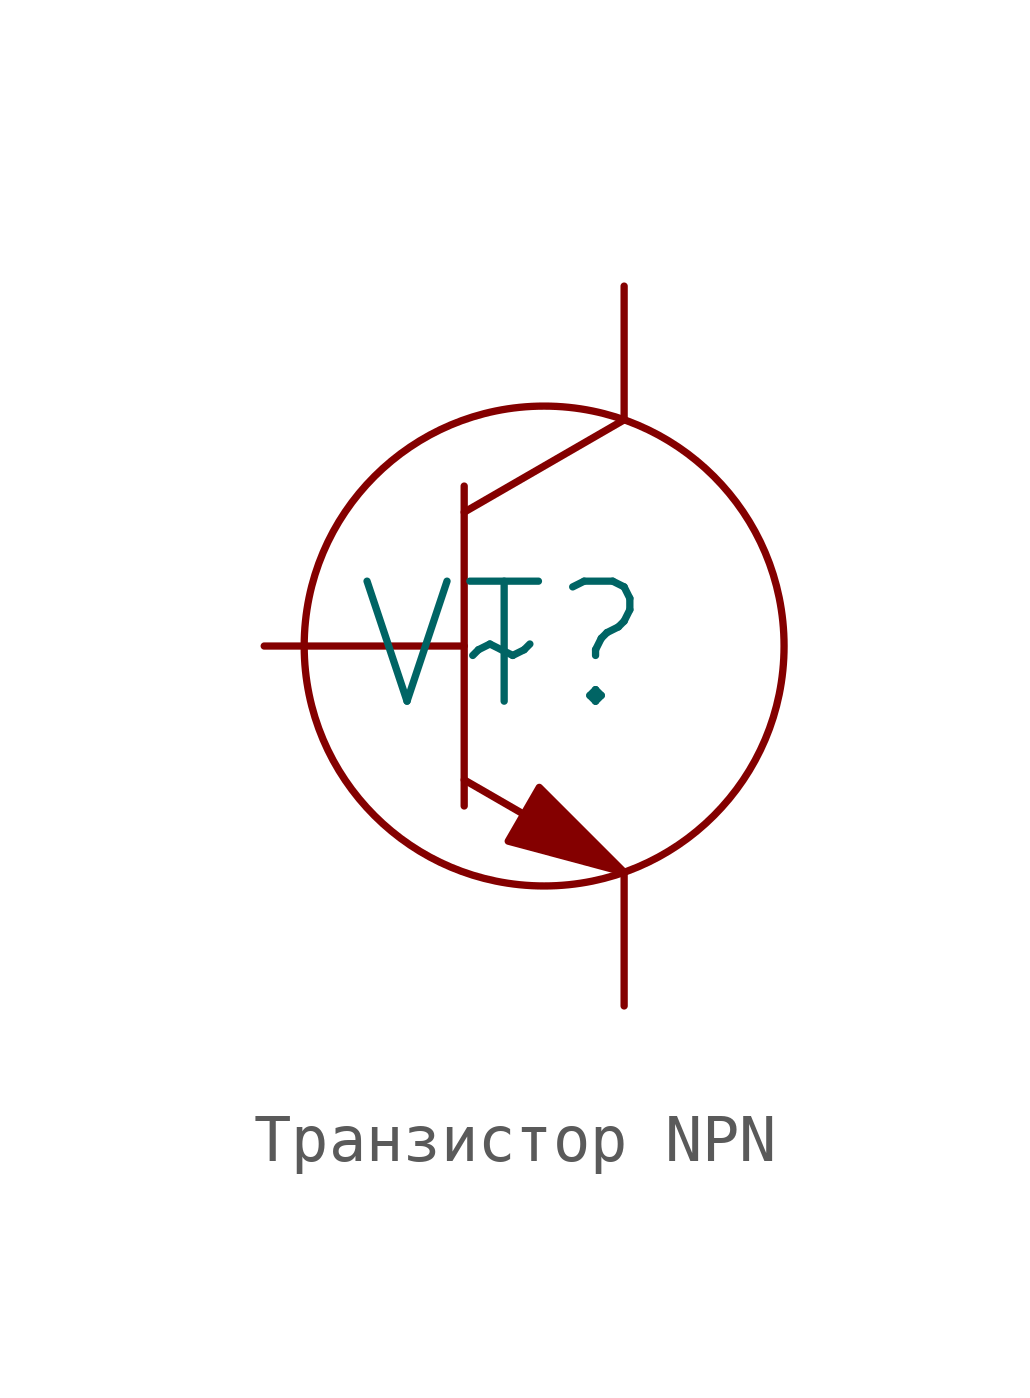
<source format=kicad_sym>
(kicad_symbol_lib
  (version 20220914)
  (generator kicad_symbol_editor)
  (symbol "Транзистор NPN"
    (pin_numbers hide)
    (pin_names
      (offset 0) hide)
    (property "Reference" "VT"
      (at 0 0 0)
      (effects (font (size 2.5 2.5))))
    (property "Value" "~"
      (at 0 0 0)
      (effects (font (size 2.5 2.5))))
    (symbol "Транзистор NPN_0_1"
      (polyline (pts (xy -0.833 -2.789) (xy 2.5 -4.714)) (stroke (width 0) (type default)) (fill (type none)))
      (polyline (pts (xy -0.833 2.789) (xy 2.5 4.714)) (stroke (width 0) (type default)) (fill (type none)))
      (polyline (pts (xy -0.833 3.333) (xy -0.833 -3.333)) (stroke (width 0) (type default)) (fill (type none)))
      (circle (center 0.833 0) (radius 5) (stroke (width 0) (type default)) (fill (type none))))
    (symbol "Транзистор NPN_1_1"
      (polyline (pts (xy 2.5 -4.714) (xy 0.085 -4.066) (xy 0.732 -2.946) (xy 2.5 -4.714)) (stroke (width 0) (type default)) (fill (type outline)))
      (pin input line (at -5 0 0) (length 4.167) (name "" (effects (font (size 1.27 1.27)))) (number "1" (effects (font (size 1.27 1.27)))))
      (pin input line (at 2.5 -7.5 90) (length 2.786) (name "" (effects (font (size 1.27 1.27)))) (number "2" (effects (font (size 1.27 1.27)))))
      (pin input line (at 2.5 7.5 270) (length 2.786) (name "" (effects (font (size 1.27 1.27)))) (number "3" (effects (font (size 1.27 1.27))))))))
</source>
